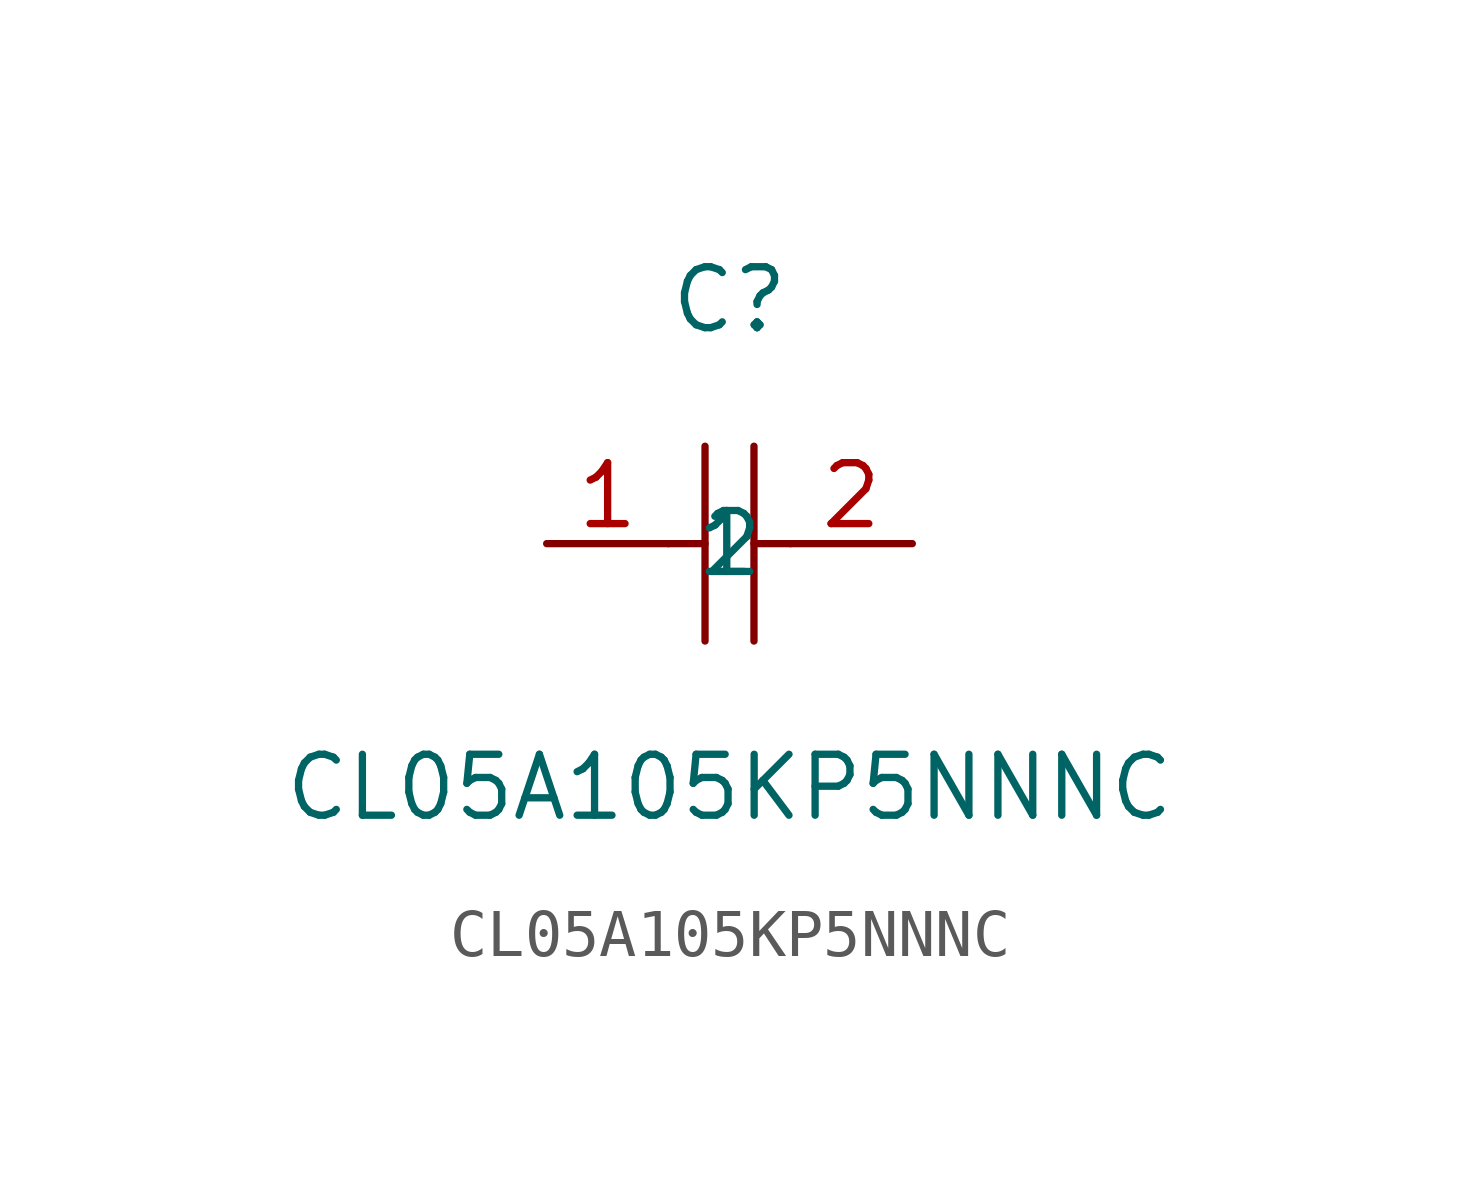
<source format=kicad_sym>
(kicad_symbol_lib
  (version 20211014)
  (generator https://github.com/uPesy/easyeda2kicad.py)
  (symbol "CL05A105KP5NNNC"
    (property "Reference" "C"
      (at 0 5.08 0)
      (effects (font (size 1.27 1.27))))
    (property "Value" "CL05A105KP5NNNC"
      (at 0 -5.08 0)
      (effects (font (size 1.27 1.27))))
    (symbol "CL05A105KP5NNNC_0_1"
      (polyline (pts (xy -0.51 2.03) (xy -0.51 -2.03)) (stroke (width 0) (type default) (color 0 0 0 0)) (fill (type none)))
      (polyline (pts (xy 0.51 2.03) (xy 0.51 -2.03)) (stroke (width 0) (type default) (color 0 0 0 0)) (fill (type none)))
      (polyline (pts (xy -1.27 -0.00) (xy -0.51 -0.00)) (stroke (width 0) (type default) (color 0 0 0 0)) (fill (type none)))
      (polyline (pts (xy 0.51 -0.00) (xy 1.27 -0.00)) (stroke (width 0) (type default) (color 0 0 0 0)) (fill (type none)))
      (pin input line (at -3.81 -0.00 0) (length 2.54) (name "1" (effects (font (size 1.27 1.27)))) (number "1" (effects (font (size 1.27 1.27)))))
      (pin input line (at 3.81 -0.00 180) (length 2.54) (name "2" (effects (font (size 1.27 1.27)))) (number "2" (effects (font (size 1.27 1.27))))))))
</source>
